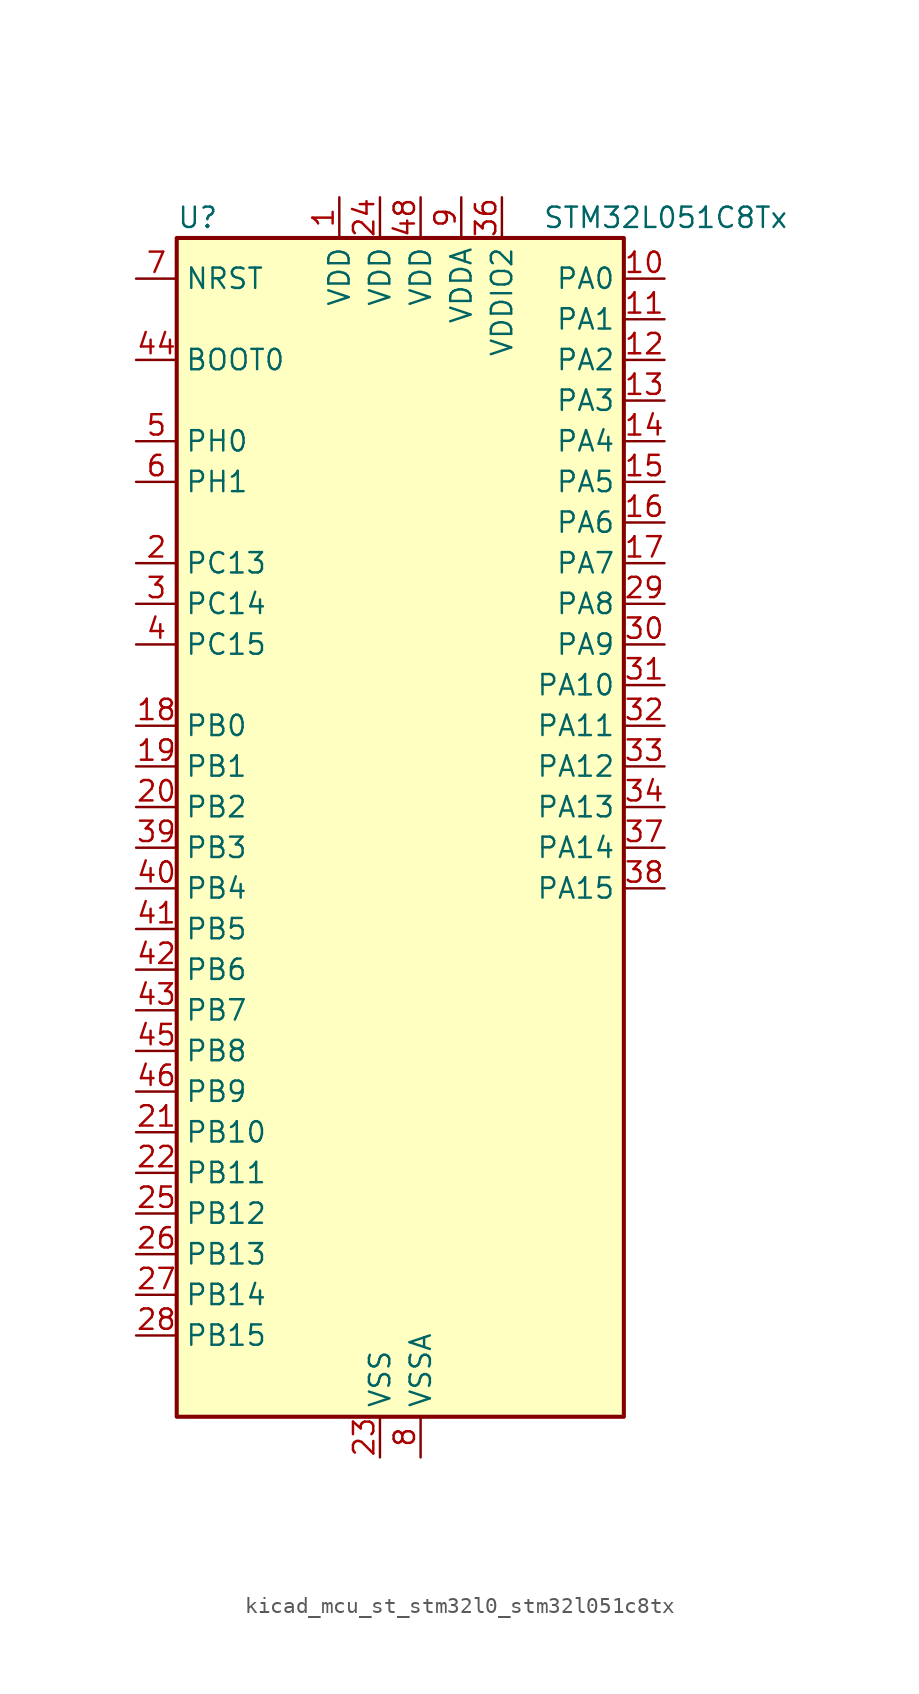
<source format=kicad_sym>
(kicad_symbol_lib
  (version 20220914)
  (generator kicad_symbol_editor)
  (symbol "kicad_mcu_st_stm32l0_stm32l051c8tx"
    (property "Reference" "U"
      (at -12.7 39.37 0)
      (effects (font (size 1.27 1.27)) (justify left)))
    (property "Value" "STM32L051C8Tx"
      (at 10.16 39.37 0)
      (effects (font (size 1.27 1.27)) (justify left)))
    (property "ki_locked" ""
      (at 0 0 0)
      (effects (font (size 1.27 1.27))))
    (symbol "kicad_mcu_st_stm32l0_stm32l051c8tx_0_1"
      (rectangle (start -12.7 -35.56) (end 15.24 38.1) (stroke (width 0.254) (type default)) (fill (type background))))
    (symbol "kicad_mcu_st_stm32l0_stm32l051c8tx_1_1"
      (pin power_in line (at -2.54 40.64 270) (length 2.54) (name "VDD" (effects (font (size 1.27 1.27)))) (number "1" (effects (font (size 1.27 1.27)))))
      (pin bidirectional line (at 17.78 35.56 180) (length 2.54) (name "PA0" (effects (font (size 1.27 1.27)))) (number "10" (effects (font (size 1.27 1.27)))) (alternate "ADC_IN0" bidirectional line) (alternate "COMP1_INM" bidirectional line) (alternate "COMP1_OUT" bidirectional line) (alternate "RTC_TAMP2" bidirectional line) (alternate "SYS_WKUP1" bidirectional line) (alternate "TIM2_CH1" bidirectional line) (alternate "TIM2_ETR" bidirectional line) (alternate "USART2_CTS" bidirectional line))
      (pin bidirectional line (at 17.78 33.02 180) (length 2.54) (name "PA1" (effects (font (size 1.27 1.27)))) (number "11" (effects (font (size 1.27 1.27)))) (alternate "ADC_IN1" bidirectional line) (alternate "COMP1_INP" bidirectional line) (alternate "TIM21_ETR" bidirectional line) (alternate "TIM2_CH2" bidirectional line) (alternate "USART2_DE" bidirectional line) (alternate "USART2_RTS" bidirectional line))
      (pin bidirectional line (at 17.78 30.48 180) (length 2.54) (name "PA2" (effects (font (size 1.27 1.27)))) (number "12" (effects (font (size 1.27 1.27)))) (alternate "ADC_IN2" bidirectional line) (alternate "COMP2_INM" bidirectional line) (alternate "COMP2_OUT" bidirectional line) (alternate "TIM21_CH1" bidirectional line) (alternate "TIM2_CH3" bidirectional line) (alternate "USART2_TX" bidirectional line))
      (pin bidirectional line (at 17.78 27.94 180) (length 2.54) (name "PA3" (effects (font (size 1.27 1.27)))) (number "13" (effects (font (size 1.27 1.27)))) (alternate "ADC_IN3" bidirectional line) (alternate "COMP2_INP" bidirectional line) (alternate "TIM21_CH2" bidirectional line) (alternate "TIM2_CH4" bidirectional line) (alternate "USART2_RX" bidirectional line))
      (pin bidirectional line (at 17.78 25.4 180) (length 2.54) (name "PA4" (effects (font (size 1.27 1.27)))) (number "14" (effects (font (size 1.27 1.27)))) (alternate "ADC_IN4" bidirectional line) (alternate "COMP1_INM" bidirectional line) (alternate "COMP2_INM" bidirectional line) (alternate "SPI1_NSS" bidirectional line) (alternate "TIM22_ETR" bidirectional line) (alternate "USART2_CK" bidirectional line))
      (pin bidirectional line (at 17.78 22.86 180) (length 2.54) (name "PA5" (effects (font (size 1.27 1.27)))) (number "15" (effects (font (size 1.27 1.27)))) (alternate "ADC_IN5" bidirectional line) (alternate "COMP1_INM" bidirectional line) (alternate "COMP2_INM" bidirectional line) (alternate "SPI1_SCK" bidirectional line) (alternate "TIM2_CH1" bidirectional line) (alternate "TIM2_ETR" bidirectional line))
      (pin bidirectional line (at 17.78 20.32 180) (length 2.54) (name "PA6" (effects (font (size 1.27 1.27)))) (number "16" (effects (font (size 1.27 1.27)))) (alternate "ADC_IN6" bidirectional line) (alternate "COMP1_OUT" bidirectional line) (alternate "LPUART1_CTS" bidirectional line) (alternate "SPI1_MISO" bidirectional line) (alternate "TIM22_CH1" bidirectional line))
      (pin bidirectional line (at 17.78 17.78 180) (length 2.54) (name "PA7" (effects (font (size 1.27 1.27)))) (number "17" (effects (font (size 1.27 1.27)))) (alternate "ADC_IN7" bidirectional line) (alternate "COMP2_OUT" bidirectional line) (alternate "SPI1_MOSI" bidirectional line) (alternate "TIM22_CH2" bidirectional line))
      (pin bidirectional line (at -15.24 7.62 0) (length 2.54) (name "PB0" (effects (font (size 1.27 1.27)))) (number "18" (effects (font (size 1.27 1.27)))) (alternate "ADC_IN8" bidirectional line) (alternate "SYS_VREF_OUT_PB0" bidirectional line))
      (pin bidirectional line (at -15.24 5.08 0) (length 2.54) (name "PB1" (effects (font (size 1.27 1.27)))) (number "19" (effects (font (size 1.27 1.27)))) (alternate "ADC_IN9" bidirectional line) (alternate "LPUART1_DE" bidirectional line) (alternate "LPUART1_RTS" bidirectional line) (alternate "SYS_VREF_OUT_PB1" bidirectional line))
      (pin bidirectional line (at -15.24 17.78 0) (length 2.54) (name "PC13" (effects (font (size 1.27 1.27)))) (number "2" (effects (font (size 1.27 1.27)))) (alternate "RTC_OUT_ALARM" bidirectional line) (alternate "RTC_OUT_CALIB" bidirectional line) (alternate "RTC_TAMP1" bidirectional line) (alternate "RTC_TS" bidirectional line) (alternate "SYS_WKUP2" bidirectional line))
      (pin bidirectional line (at -15.24 2.54 0) (length 2.54) (name "PB2" (effects (font (size 1.27 1.27)))) (number "20" (effects (font (size 1.27 1.27)))) (alternate "LPTIM1_OUT" bidirectional line))
      (pin bidirectional line (at -15.24 -17.78 0) (length 2.54) (name "PB10" (effects (font (size 1.27 1.27)))) (number "21" (effects (font (size 1.27 1.27)))) (alternate "I2C2_SCL" bidirectional line) (alternate "LPUART1_TX" bidirectional line) (alternate "SPI2_SCK" bidirectional line) (alternate "TIM2_CH3" bidirectional line))
      (pin bidirectional line (at -15.24 -20.32 0) (length 2.54) (name "PB11" (effects (font (size 1.27 1.27)))) (number "22" (effects (font (size 1.27 1.27)))) (alternate "ADC_EXTI11" bidirectional line) (alternate "I2C2_SDA" bidirectional line) (alternate "LPUART1_RX" bidirectional line) (alternate "TIM2_CH4" bidirectional line))
      (pin power_in line (at 0 -38.1 90) (length 2.54) (name "VSS" (effects (font (size 1.27 1.27)))) (number "23" (effects (font (size 1.27 1.27)))))
      (pin power_in line (at 0 40.64 270) (length 2.54) (name "VDD" (effects (font (size 1.27 1.27)))) (number "24" (effects (font (size 1.27 1.27)))))
      (pin bidirectional line (at -15.24 -22.86 0) (length 2.54) (name "PB12" (effects (font (size 1.27 1.27)))) (number "25" (effects (font (size 1.27 1.27)))) (alternate "I2S2_WS" bidirectional line) (alternate "LPUART1_DE" bidirectional line) (alternate "LPUART1_RTS" bidirectional line) (alternate "SPI2_NSS" bidirectional line))
      (pin bidirectional line (at -15.24 -25.4 0) (length 2.54) (name "PB13" (effects (font (size 1.27 1.27)))) (number "26" (effects (font (size 1.27 1.27)))) (alternate "I2C2_SCL" bidirectional line) (alternate "I2S2_CK" bidirectional line) (alternate "LPUART1_CTS" bidirectional line) (alternate "SPI2_SCK" bidirectional line) (alternate "TIM21_CH1" bidirectional line))
      (pin bidirectional line (at -15.24 -27.94 0) (length 2.54) (name "PB14" (effects (font (size 1.27 1.27)))) (number "27" (effects (font (size 1.27 1.27)))) (alternate "I2C2_SDA" bidirectional line) (alternate "I2S2_MCK" bidirectional line) (alternate "LPUART1_DE" bidirectional line) (alternate "LPUART1_RTS" bidirectional line) (alternate "RTC_OUT_ALARM" bidirectional line) (alternate "RTC_OUT_CALIB" bidirectional line) (alternate "SPI2_MISO" bidirectional line) (alternate "TIM21_CH2" bidirectional line))
      (pin bidirectional line (at -15.24 -30.48 0) (length 2.54) (name "PB15" (effects (font (size 1.27 1.27)))) (number "28" (effects (font (size 1.27 1.27)))) (alternate "I2S2_SD" bidirectional line) (alternate "RTC_REFIN" bidirectional line) (alternate "SPI2_MOSI" bidirectional line))
      (pin bidirectional line (at 17.78 15.24 180) (length 2.54) (name "PA8" (effects (font (size 1.27 1.27)))) (number "29" (effects (font (size 1.27 1.27)))) (alternate "RCC_MCO" bidirectional line) (alternate "USART1_CK" bidirectional line))
      (pin bidirectional line (at -15.24 15.24 0) (length 2.54) (name "PC14" (effects (font (size 1.27 1.27)))) (number "3" (effects (font (size 1.27 1.27)))) (alternate "RCC_OSC32_IN" bidirectional line))
      (pin bidirectional line (at 17.78 12.7 180) (length 2.54) (name "PA9" (effects (font (size 1.27 1.27)))) (number "30" (effects (font (size 1.27 1.27)))) (alternate "RCC_MCO" bidirectional line) (alternate "USART1_TX" bidirectional line))
      (pin bidirectional line (at 17.78 10.16 180) (length 2.54) (name "PA10" (effects (font (size 1.27 1.27)))) (number "31" (effects (font (size 1.27 1.27)))) (alternate "USART1_RX" bidirectional line))
      (pin bidirectional line (at 17.78 7.62 180) (length 2.54) (name "PA11" (effects (font (size 1.27 1.27)))) (number "32" (effects (font (size 1.27 1.27)))) (alternate "ADC_EXTI11" bidirectional line) (alternate "COMP1_OUT" bidirectional line) (alternate "SPI1_MISO" bidirectional line) (alternate "USART1_CTS" bidirectional line))
      (pin bidirectional line (at 17.78 5.08 180) (length 2.54) (name "PA12" (effects (font (size 1.27 1.27)))) (number "33" (effects (font (size 1.27 1.27)))) (alternate "COMP2_OUT" bidirectional line) (alternate "SPI1_MOSI" bidirectional line) (alternate "USART1_DE" bidirectional line) (alternate "USART1_RTS" bidirectional line))
      (pin bidirectional line (at 17.78 2.54 180) (length 2.54) (name "PA13" (effects (font (size 1.27 1.27)))) (number "34" (effects (font (size 1.27 1.27)))) (alternate "SYS_SWDIO" bidirectional line))
      (pin passive line (at 0 -38.1 90) (length 2.54) hide (name "VSS" (effects (font (size 1.27 1.27)))) (number "35" (effects (font (size 1.27 1.27)))))
      (pin power_in line (at 7.62 40.64 270) (length 2.54) (name "VDDIO2" (effects (font (size 1.27 1.27)))) (number "36" (effects (font (size 1.27 1.27)))))
      (pin bidirectional line (at 17.78 0 180) (length 2.54) (name "PA14" (effects (font (size 1.27 1.27)))) (number "37" (effects (font (size 1.27 1.27)))) (alternate "SYS_SWCLK" bidirectional line) (alternate "USART2_TX" bidirectional line))
      (pin bidirectional line (at 17.78 -2.54 180) (length 2.54) (name "PA15" (effects (font (size 1.27 1.27)))) (number "38" (effects (font (size 1.27 1.27)))) (alternate "SPI1_NSS" bidirectional line) (alternate "TIM2_CH1" bidirectional line) (alternate "TIM2_ETR" bidirectional line) (alternate "USART2_RX" bidirectional line))
      (pin bidirectional line (at -15.24 0 0) (length 2.54) (name "PB3" (effects (font (size 1.27 1.27)))) (number "39" (effects (font (size 1.27 1.27)))) (alternate "COMP2_INM" bidirectional line) (alternate "SPI1_SCK" bidirectional line) (alternate "TIM2_CH2" bidirectional line))
      (pin bidirectional line (at -15.24 12.7 0) (length 2.54) (name "PC15" (effects (font (size 1.27 1.27)))) (number "4" (effects (font (size 1.27 1.27)))) (alternate "RCC_OSC32_OUT" bidirectional line))
      (pin bidirectional line (at -15.24 -2.54 0) (length 2.54) (name "PB4" (effects (font (size 1.27 1.27)))) (number "40" (effects (font (size 1.27 1.27)))) (alternate "COMP2_INP" bidirectional line) (alternate "SPI1_MISO" bidirectional line) (alternate "TIM22_CH1" bidirectional line))
      (pin bidirectional line (at -15.24 -5.08 0) (length 2.54) (name "PB5" (effects (font (size 1.27 1.27)))) (number "41" (effects (font (size 1.27 1.27)))) (alternate "COMP2_INP" bidirectional line) (alternate "I2C1_SMBA" bidirectional line) (alternate "LPTIM1_IN1" bidirectional line) (alternate "SPI1_MOSI" bidirectional line) (alternate "TIM22_CH2" bidirectional line))
      (pin bidirectional line (at -15.24 -7.62 0) (length 2.54) (name "PB6" (effects (font (size 1.27 1.27)))) (number "42" (effects (font (size 1.27 1.27)))) (alternate "COMP2_INP" bidirectional line) (alternate "I2C1_SCL" bidirectional line) (alternate "LPTIM1_ETR" bidirectional line) (alternate "USART1_TX" bidirectional line))
      (pin bidirectional line (at -15.24 -10.16 0) (length 2.54) (name "PB7" (effects (font (size 1.27 1.27)))) (number "43" (effects (font (size 1.27 1.27)))) (alternate "COMP2_INP" bidirectional line) (alternate "I2C1_SDA" bidirectional line) (alternate "LPTIM1_IN2" bidirectional line) (alternate "SYS_PVD_IN" bidirectional line) (alternate "USART1_RX" bidirectional line))
      (pin input line (at -15.24 30.48 0) (length 2.54) (name "BOOT0" (effects (font (size 1.27 1.27)))) (number "44" (effects (font (size 1.27 1.27)))))
      (pin bidirectional line (at -15.24 -12.7 0) (length 2.54) (name "PB8" (effects (font (size 1.27 1.27)))) (number "45" (effects (font (size 1.27 1.27)))) (alternate "I2C1_SCL" bidirectional line))
      (pin bidirectional line (at -15.24 -15.24 0) (length 2.54) (name "PB9" (effects (font (size 1.27 1.27)))) (number "46" (effects (font (size 1.27 1.27)))) (alternate "I2C1_SDA" bidirectional line) (alternate "I2S2_WS" bidirectional line) (alternate "SPI2_NSS" bidirectional line))
      (pin passive line (at 0 -38.1 90) (length 2.54) hide (name "VSS" (effects (font (size 1.27 1.27)))) (number "47" (effects (font (size 1.27 1.27)))))
      (pin power_in line (at 2.54 40.64 270) (length 2.54) (name "VDD" (effects (font (size 1.27 1.27)))) (number "48" (effects (font (size 1.27 1.27)))))
      (pin bidirectional line (at -15.24 25.4 0) (length 2.54) (name "PH0" (effects (font (size 1.27 1.27)))) (number "5" (effects (font (size 1.27 1.27)))) (alternate "RCC_OSC_IN" bidirectional line))
      (pin bidirectional line (at -15.24 22.86 0) (length 2.54) (name "PH1" (effects (font (size 1.27 1.27)))) (number "6" (effects (font (size 1.27 1.27)))) (alternate "RCC_OSC_OUT" bidirectional line))
      (pin input line (at -15.24 35.56 0) (length 2.54) (name "NRST" (effects (font (size 1.27 1.27)))) (number "7" (effects (font (size 1.27 1.27)))))
      (pin power_in line (at 2.54 -38.1 90) (length 2.54) (name "VSSA" (effects (font (size 1.27 1.27)))) (number "8" (effects (font (size 1.27 1.27)))))
      (pin power_in line (at 5.08 40.64 270) (length 2.54) (name "VDDA" (effects (font (size 1.27 1.27)))) (number "9" (effects (font (size 1.27 1.27))))))))
</source>
